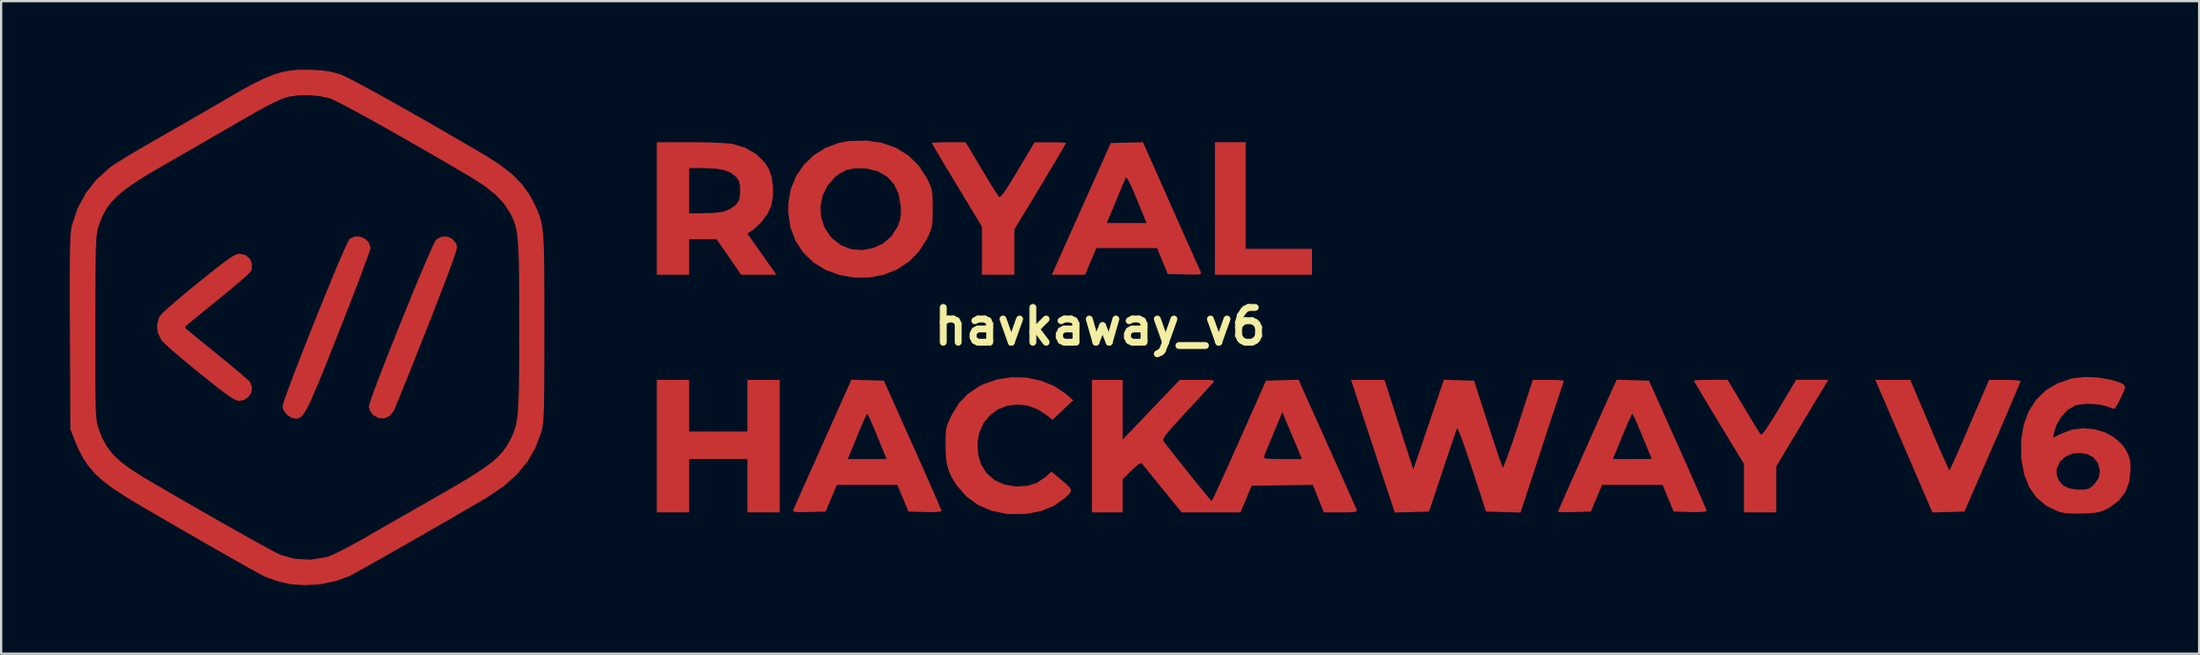
<source format=kicad_pcb>
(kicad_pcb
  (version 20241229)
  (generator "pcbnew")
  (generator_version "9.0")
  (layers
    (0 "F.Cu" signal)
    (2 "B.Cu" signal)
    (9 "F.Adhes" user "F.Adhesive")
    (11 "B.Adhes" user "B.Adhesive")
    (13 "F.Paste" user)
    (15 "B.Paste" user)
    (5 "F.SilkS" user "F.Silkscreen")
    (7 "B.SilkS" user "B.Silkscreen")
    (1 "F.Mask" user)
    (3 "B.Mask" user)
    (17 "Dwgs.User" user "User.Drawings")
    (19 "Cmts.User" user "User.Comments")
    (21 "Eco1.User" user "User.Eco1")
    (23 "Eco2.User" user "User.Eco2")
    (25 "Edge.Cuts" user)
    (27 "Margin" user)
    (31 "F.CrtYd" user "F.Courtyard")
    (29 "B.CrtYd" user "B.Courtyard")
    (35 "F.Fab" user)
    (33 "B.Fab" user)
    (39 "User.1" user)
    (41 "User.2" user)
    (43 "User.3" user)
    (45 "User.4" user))
  (footprint "havkaway_v6"
    (layer "F.Cu")
    (at 45.061 11.24)
    (property "Reference" "havkaway_v6" (at 0 0 0) (layer "F.SilkS") (effects (font (size 1.524 1.524) (thickness 0.3))))
    (attr board_only exclude_from_pos_files exclude_from_bom)
    (pad "1" smd custom (at -44.5 0) (size 1 1) (layers "F.Cu" "F.Paste") (options (anchor circle)) (primitives (gr_poly (pts (xy 10.003 -11.235) (xy 10.434 -11.21) (xy 10.775 -11.166) (xy 11.077 -11.095) (xy 11.299 -11.023) (xy 11.473 -10.946) (xy 11.758 -10.804) (xy 12.141 -10.603) (xy 12.61 -10.349) (xy 13.155 -10.049) (xy 13.762 -9.71) (xy 14.422 -9.337) (xy 15.121 -8.939) (xy 15.848 -8.52) (xy 16.591 -8.088) (xy 17.34 -7.649) (xy 17.645 -7.469) (xy 18.282 -7.06) (xy 18.798 -6.655) (xy 19.209 -6.237) (xy 19.534 -5.788) (xy 19.728 -5.429) (xy 19.823 -5.23) (xy 19.904 -5.051) (xy 19.972 -4.88) (xy 20.029 -4.705) (xy 20.075 -4.514) (xy 20.112 -4.293) (xy 20.141 -4.03) (xy 20.162 -3.714) (xy 20.177 -3.331) (xy 20.187 -2.869) (xy 20.193 -2.315) (xy 20.196 -1.658) (xy 20.197 -0.884) (xy 20.197 0.019) (xy 20.197 0.035) (xy 20.196 0.909) (xy 20.195 1.653) (xy 20.193 2.279) (xy 20.189 2.8) (xy 20.184 3.227) (xy 20.176 3.572) (xy 20.166 3.848) (xy 20.153 4.066) (xy 20.137 4.238) (xy 20.118 4.377) (xy 20.094 4.493) (xy 20.067 4.599) (xy 19.816 5.284) (xy 19.466 5.902) (xy 19.007 6.464) (xy 18.429 6.981) (xy 17.722 7.465) (xy 17.579 7.55) (xy 16.959 7.911) (xy 16.319 8.283) (xy 15.67 8.658) (xy 15.027 9.029) (xy 14.402 9.387) (xy 13.807 9.727) (xy 13.258 10.04) (xy 12.765 10.318) (xy 12.343 10.555) (xy 12.005 10.743) (xy 11.764 10.874) (xy 11.636 10.939) (xy 11.044 11.15) (xy 10.392 11.28) (xy 9.725 11.323) (xy 9.086 11.277) (xy 8.664 11.186) (xy 8.386 11.098) (xy 8.12 11.004) (xy 7.981 10.949) (xy 7.851 10.884) (xy 7.611 10.754) (xy 7.272 10.567) (xy 6.847 10.328) (xy 6.347 10.044) (xy 5.785 9.724) (xy 5.172 9.372) (xy 4.52 8.997) (xy 3.842 8.604) (xy 3.148 8.201) (xy 2.516 7.833) (xy 1.871 7.444) (xy 1.339 7.095) (xy 0.905 6.769) (xy 0.553 6.449) (xy 0.265 6.12) (xy 0.027 5.766) (xy -0.179 5.37) (xy -0.348 4.97) (xy -0.534 4.493) (xy -0.548 1.602) (xy 0.557 1.602) (xy 0.558 2.21) (xy 0.561 2.713) (xy 0.566 3.123) (xy 0.573 3.452) (xy 0.582 3.713) (xy 0.595 3.918) (xy 0.611 4.078) (xy 0.631 4.207) (xy 0.656 4.315) (xy 0.684 4.416) (xy 0.691 4.437) (xy 0.855 4.875) (xy 1.061 5.256) (xy 1.328 5.599) (xy 1.674 5.926) (xy 2.117 6.255) (xy 2.676 6.607) (xy 2.682 6.61) (xy 3.199 6.915) (xy 3.759 7.243) (xy 4.347 7.584) (xy 4.949 7.931) (xy 5.551 8.276) (xy 6.14 8.611) (xy 6.7 8.928) (xy 7.218 9.219) (xy 7.68 9.476) (xy 8.071 9.691) (xy 8.378 9.856) (xy 8.587 9.963) (xy 8.664 9.998) (xy 9.299 10.17) (xy 9.96 10.204) (xy 10.641 10.099) (xy 10.716 10.079) (xy 10.887 10.013) (xy 11.155 9.888) (xy 11.493 9.717) (xy 11.876 9.512) (xy 12.278 9.287) (xy 12.308 9.27) (xy 12.695 9.047) (xy 13.177 8.771) (xy 13.723 8.458) (xy 14.306 8.125) (xy 14.895 7.788) (xy 15.462 7.463) (xy 15.557 7.409) (xy 16.23 7.021) (xy 16.791 6.688) (xy 17.252 6.4) (xy 17.626 6.146) (xy 17.927 5.918) (xy 18.167 5.705) (xy 18.359 5.496) (xy 18.517 5.283) (xy 18.653 5.055) (xy 18.668 5.027) (xy 18.758 4.853) (xy 18.834 4.686) (xy 18.898 4.514) (xy 18.951 4.324) (xy 18.993 4.103) (xy 19.027 3.838) (xy 19.052 3.517) (xy 19.071 3.127) (xy 19.083 2.655) (xy 19.091 2.088) (xy 19.096 1.415) (xy 19.097 0.621) (xy 19.098 0) (xy 19.097 -0.885) (xy 19.094 -1.642) (xy 19.089 -2.282) (xy 19.08 -2.819) (xy 19.065 -3.264) (xy 19.045 -3.631) (xy 19.018 -3.932) (xy 18.982 -4.179) (xy 18.938 -4.386) (xy 18.884 -4.565) (xy 18.819 -4.728) (xy 18.741 -4.887) (xy 18.696 -4.972) (xy 18.421 -5.387) (xy 18.046 -5.781) (xy 17.557 -6.168) (xy 16.994 -6.529) (xy 16.162 -7.017) (xy 15.354 -7.488) (xy 14.58 -7.935) (xy 13.849 -8.352) (xy 13.172 -8.735) (xy 12.559 -9.078) (xy 12.018 -9.374) (xy 11.562 -9.62) (xy 11.198 -9.808) (xy 10.937 -9.934) (xy 10.805 -9.988) (xy 10.386 -10.08) (xy 9.908 -10.123) (xy 9.432 -10.116) (xy 9.019 -10.056) (xy 8.977 -10.045) (xy 8.808 -9.993) (xy 8.619 -9.92) (xy 8.394 -9.818) (xy 8.12 -9.679) (xy 7.779 -9.495) (xy 7.359 -9.259) (xy 6.843 -8.963) (xy 6.411 -8.712) (xy 5.892 -8.41) (xy 5.297 -8.066) (xy 4.673 -7.706) (xy 4.068 -7.358) (xy 3.53 -7.05) (xy 3.505 -7.036) (xy 2.848 -6.652) (xy 2.308 -6.312) (xy 1.869 -6.003) (xy 1.519 -5.712) (xy 1.243 -5.426) (xy 1.028 -5.132) (xy 0.86 -4.817) (xy 0.725 -4.468) (xy 0.698 -4.382) (xy 0.669 -4.282) (xy 0.644 -4.173) (xy 0.624 -4.043) (xy 0.607 -3.88) (xy 0.594 -3.672) (xy 0.583 -3.406) (xy 0.575 -3.071) (xy 0.569 -2.655) (xy 0.565 -2.145) (xy 0.562 -1.529) (xy 0.56 -0.795) (xy 0.558 0.022) (xy 0.557 0.877) (xy 0.557 1.602) (xy -0.548 1.602) (xy -0.554 0.272) (xy -0.559 -0.628) (xy -0.561 -1.397) (xy -0.561 -2.049) (xy -0.56 -2.594) (xy -0.556 -3.044) (xy -0.549 -3.41) (xy -0.54 -3.705) (xy -0.528 -3.939) (xy -0.512 -4.125) (xy -0.494 -4.274) (xy -0.471 -4.398) (xy -0.463 -4.433) (xy -0.224 -5.158) (xy 0.14 -5.833) (xy 0.616 -6.439) (xy 1.192 -6.957) (xy 1.295 -7.032) (xy 1.472 -7.149) (xy 1.751 -7.322) (xy 2.112 -7.54) (xy 2.534 -7.79) (xy 2.995 -8.059) (xy 3.475 -8.335) (xy 3.499 -8.349) (xy 4.021 -8.647) (xy 4.563 -8.958) (xy 5.096 -9.265) (xy 5.589 -9.551) (xy 6.013 -9.798) (xy 6.288 -9.959) (xy 6.918 -10.324) (xy 7.453 -10.616) (xy 7.913 -10.843) (xy 8.318 -11.011) (xy 8.69 -11.127) (xy 9.05 -11.2) (xy 9.419 -11.235) (xy 9.816 -11.24)) (width 0) (fill yes))))
    (pad "2" smd custom (at -40.5 0) (size 1 1) (layers "F.Cu" "F.Paste") (options (anchor circle)) (primitives (gr_poly (pts (xy 3.131 -3.124) (xy 3.315 -2.966) (xy 3.41 -2.746) (xy 3.394 -2.499) (xy 3.354 -2.403) (xy 3.281 -2.324) (xy 3.113 -2.169) (xy 2.865 -1.954) (xy 2.554 -1.69) (xy 2.195 -1.393) (xy 1.868 -1.128) (xy 1.486 -0.819) (xy 1.144 -0.54) (xy 0.855 -0.303) (xy 0.634 -0.12) (xy 0.496 -0.003) (xy 0.454 0.035) (xy 0.507 0.083) (xy 0.655 0.208) (xy 0.885 0.397) (xy 1.18 0.639) (xy 1.526 0.92) (xy 1.838 1.171) (xy 2.223 1.484) (xy 2.575 1.775) (xy 2.878 2.03) (xy 3.115 2.235) (xy 3.271 2.376) (xy 3.324 2.432) (xy 3.411 2.662) (xy 3.381 2.893) (xy 3.253 3.09) (xy 3.046 3.219) (xy 2.845 3.253) (xy 2.758 3.239) (xy 2.647 3.194) (xy 2.499 3.108) (xy 2.3 2.971) (xy 2.037 2.775) (xy 1.697 2.509) (xy 1.265 2.164) (xy 1.126 2.053) (xy 0.721 1.722) (xy 0.342 1.406) (xy 0.008 1.12) (xy -0.265 0.878) (xy -0.459 0.696) (xy -0.554 0.594) (xy -0.711 0.276) (xy -0.745 -0.066) (xy -0.654 -0.396) (xy -0.618 -0.46) (xy -0.53 -0.559) (xy -0.347 -0.732) (xy -0.084 -0.966) (xy 0.243 -1.247) (xy 0.619 -1.561) (xy 1.028 -1.895) (xy 1.069 -1.928) (xy 1.533 -2.301) (xy 1.902 -2.593) (xy 2.19 -2.814) (xy 2.409 -2.973) (xy 2.575 -3.08) (xy 2.7 -3.145) (xy 2.798 -3.176) (xy 2.88 -3.184)) (width 0) (fill yes))))
    (pad "3" smd custom (at -33.75 0) (size 1 1) (layers "F.Cu" "F.Paste") (options (anchor circle)) (primitives (gr_poly (pts (xy 1.385 -3.936) (xy 1.606 -3.842) (xy 1.771 -3.675) (xy 1.84 -3.453) (xy 1.841 -3.435) (xy 1.815 -3.337) (xy 1.742 -3.119) (xy 1.626 -2.797) (xy 1.472 -2.381) (xy 1.285 -1.886) (xy 1.069 -1.325) (xy 0.83 -0.709) (xy 0.573 -0.052) (xy 0.462 0.229) (xy 0.143 1.034) (xy -0.129 1.716) (xy -0.36 2.286) (xy -0.555 2.755) (xy -0.718 3.132) (xy -0.855 3.426) (xy -0.971 3.649) (xy -1.07 3.81) (xy -1.158 3.918) (xy -1.24 3.985) (xy -1.321 4.019) (xy -1.405 4.032) (xy -1.449 4.033) (xy -1.617 3.988) (xy -1.798 3.878) (xy -1.811 3.867) (xy -1.972 3.655) (xy -2.003 3.496) (xy -1.977 3.382) (xy -1.903 3.155) (xy -1.787 2.828) (xy -1.634 2.416) (xy -1.452 1.935) (xy -1.245 1.4) (xy -1.02 0.825) (xy -0.783 0.225) (xy -0.54 -0.384) (xy -0.296 -0.988) (xy -0.059 -1.572) (xy 0.167 -2.121) (xy 0.375 -2.619) (xy 0.56 -3.052) (xy 0.715 -3.405) (xy 0.834 -3.663) (xy 0.911 -3.811) (xy 0.932 -3.838) (xy 1.147 -3.941)) (width 0) (fill yes))))
    (pad "4" smd custom (at -30 0) (size 1 1) (layers "F.Cu" "F.Paste") (options (anchor circle)) (primitives (gr_poly (pts (xy 1.665 -3.84) (xy 1.83 -3.645) (xy 1.88 -3.513) (xy 1.867 -3.416) (xy 1.808 -3.209) (xy 1.701 -2.89) (xy 1.543 -2.455) (xy 1.335 -1.902) (xy 1.075 -1.226) (xy 0.762 -0.426) (xy 0.566 0.072) (xy 0.302 0.738) (xy 0.052 1.368) (xy -0.181 1.949) (xy -0.389 2.47) (xy -0.569 2.915) (xy -0.714 3.273) (xy -0.82 3.53) (xy -0.88 3.672) (xy -0.89 3.692) (xy -1.069 3.913) (xy -1.301 4.022) (xy -1.551 4.013) (xy -1.786 3.879) (xy -1.806 3.859) (xy -1.927 3.691) (xy -1.98 3.522) (xy -1.98 3.515) (xy -1.954 3.4) (xy -1.879 3.171) (xy -1.761 2.843) (xy -1.608 2.429) (xy -1.424 1.947) (xy -1.215 1.41) (xy -0.988 0.834) (xy -0.749 0.234) (xy -0.504 -0.376) (xy -0.259 -0.98) (xy -0.02 -1.563) (xy 0.207 -2.11) (xy 0.416 -2.606) (xy 0.601 -3.036) (xy 0.756 -3.386) (xy 0.874 -3.639) (xy 0.95 -3.781) (xy 0.967 -3.803) (xy 1.197 -3.931) (xy 1.442 -3.939)) (width 0) (fill yes))))
    (pad "5" smd custom (at -18.75 -4.25) (size 1 1) (layers "F.Cu" "F.Mask" "F.Paste") (options (anchor circle)) (primitives (gr_poly (pts (xy 1.328 -3.812) (xy 1.781 -3.801) (xy 2.177 -3.784) (xy 2.49 -3.763) (xy 2.691 -3.739) (xy 2.703 -3.736) (xy 3.256 -3.56) (xy 3.721 -3.287) (xy 4.085 -2.927) (xy 4.263 -2.648) (xy 4.383 -2.306) (xy 4.443 -1.889) (xy 4.441 -1.453) (xy 4.373 -1.053) (xy 4.353 -0.988) (xy 4.192 -0.66) (xy 3.941 -0.326) (xy 3.641 -0.035) (xy 3.484 0.079) (xy 3.324 0.182) (xy 3.96 1.084) (xy 4.595 1.986) (xy 3.054 1.986) (xy 1.977 0.429) (xy 0.779 0.429) (xy 0.779 1.986) (xy -0.636 1.986) (xy -0.636 -0.703) (xy 0.779 -0.703) (xy 1.384 -0.703) (xy 1.709 -0.712) (xy 2.022 -0.737) (xy 2.263 -0.772) (xy 2.297 -0.78) (xy 2.559 -0.887) (xy 2.786 -1.047) (xy 2.806 -1.068) (xy 2.924 -1.211) (xy 2.985 -1.36) (xy 3.006 -1.569) (xy 3.008 -1.693) (xy 2.998 -1.947) (xy 2.956 -2.115) (xy 2.866 -2.254) (xy 2.806 -2.319) (xy 2.593 -2.484) (xy 2.309 -2.596) (xy 1.932 -2.661) (xy 1.443 -2.684) (xy 1.384 -2.684) (xy 0.779 -2.684) (xy 0.779 -0.703) (xy -0.636 -0.703) (xy -0.636 -3.816) (xy 0.846 -3.816)) (width 0) (fill yes))))
    (pad "6" smd custom (at -12.75 -4.25) (size 1 1) (layers "F.Cu" "F.Paste") (options (anchor circle)) (primitives (gr_poly (pts (xy 3.212 -3.787) (xy 3.823 -3.571) (xy 4.356 -3.243) (xy 4.806 -2.805) (xy 5.165 -2.261) (xy 5.201 -2.19) (xy 5.299 -1.983) (xy 5.364 -1.811) (xy 5.402 -1.634) (xy 5.421 -1.414) (xy 5.427 -1.111) (xy 5.427 -0.913) (xy 5.425 -0.557) (xy 5.415 -0.303) (xy 5.387 -0.109) (xy 5.335 0.066) (xy 5.251 0.261) (xy 5.16 0.446) (xy 4.824 0.975) (xy 4.39 1.412) (xy 3.875 1.75) (xy 3.296 1.984) (xy 2.667 2.106) (xy 2.006 2.111) (xy 1.359 1.999) (xy 0.734 1.769) (xy 0.199 1.434) (xy -0.24 1.006) (xy -0.572 0.496) (xy -0.792 -0.085) (xy -0.889 -0.725) (xy -0.886 -1.045) (xy 0.526 -1.045) (xy 0.544 -0.58) (xy 0.676 -0.133) (xy 0.925 0.271) (xy 1.038 0.396) (xy 1.432 0.699) (xy 1.871 0.868) (xy 2.352 0.904) (xy 2.836 0.815) (xy 3.263 0.616) (xy 3.619 0.305) (xy 3.882 -0.098) (xy 3.906 -0.152) (xy 3.994 -0.391) (xy 4.035 -0.616) (xy 4.039 -0.89) (xy 4.031 -1.035) (xy 3.939 -1.548) (xy 3.738 -1.974) (xy 3.437 -2.307) (xy 3.042 -2.538) (xy 2.563 -2.659) (xy 2.417 -2.672) (xy 1.997 -2.669) (xy 1.66 -2.598) (xy 1.359 -2.443) (xy 1.155 -2.285) (xy 0.833 -1.923) (xy 0.623 -1.501) (xy 0.526 -1.045) (xy -0.886 -1.045) (xy -0.885 -1.145) (xy -0.776 -1.764) (xy -0.544 -2.33) (xy -0.203 -2.83) (xy 0.232 -3.25) (xy 0.749 -3.574) (xy 1.333 -3.79) (xy 1.783 -3.87) (xy 2.53 -3.888)) (width 0) (fill yes))))
    (pad "7" smd custom (at -4.5 -4.25) (size 1 1) (layers "F.Cu" "F.Paste") (options (anchor circle)) (primitives (gr_poly (pts (xy -0.695 -2.666) (xy -0.474 -2.299) (xy -0.274 -1.971) (xy -0.108 -1.702) (xy 0.013 -1.514) (xy 0.074 -1.426) (xy 0.074 -1.426) (xy 0.118 -1.42) (xy 0.19 -1.479) (xy 0.297 -1.617) (xy 0.449 -1.844) (xy 0.654 -2.172) (xy 0.896 -2.573) (xy 1.635 -3.811) (xy 2.324 -3.813) (xy 2.617 -3.811) (xy 2.848 -3.804) (xy 2.988 -3.792) (xy 3.014 -3.783) (xy 2.979 -3.717) (xy 2.879 -3.544) (xy 2.724 -3.281) (xy 2.522 -2.94) (xy 2.282 -2.538) (xy 2.013 -2.09) (xy 1.882 -1.872) (xy 0.75 0.006) (xy 0.75 1.986) (xy -0.665 1.986) (xy -0.665 -0.117) (xy -1.762 -1.933) (xy -2.037 -2.39) (xy -2.287 -2.806) (xy -2.502 -3.168) (xy -2.675 -3.46) (xy -2.795 -3.666) (xy -2.854 -3.772) (xy -2.858 -3.782) (xy -2.792 -3.796) (xy -2.614 -3.807) (xy -2.353 -3.814) (xy -2.12 -3.816) (xy -1.381 -3.816)) (width 0) (fill yes))))
    (pad "8" smd custom (at -0.5 -4.25) (size 1 1) (layers "F.Cu" "F.Paste") (options (anchor circle)) (primitives (gr_poly (pts (xy 3.608 -1.039) (xy 3.87 -0.448) (xy 4.116 0.106) (xy 4.34 0.609) (xy 4.535 1.046) (xy 4.695 1.405) (xy 4.814 1.67) (xy 4.886 1.828) (xy 4.903 1.865) (xy 4.921 1.92) (xy 4.894 1.955) (xy 4.799 1.974) (xy 4.614 1.979) (xy 4.316 1.973) (xy 4.213 1.971) (xy 3.46 1.951) (xy 2.991 0.819) (xy 0.335 0.819) (xy 0.089 1.402) (xy -0.157 1.986) (xy -1.61 1.986) (xy -0.598 -0.278) (xy 0.794 -0.278) (xy 2.534 -0.278) (xy 2.101 -1.332) (xy 1.917 -1.767) (xy 1.776 -2.07) (xy 1.679 -2.24) (xy 1.626 -2.278) (xy 1.621 -2.27) (xy 1.578 -2.165) (xy 1.492 -1.956) (xy 1.373 -1.671) (xy 1.234 -1.336) (xy 1.184 -1.216) (xy 0.794 -0.278) (xy -0.598 -0.278) (xy -0.321 -0.897) (xy 0.968 -3.78) (xy 2.375 -3.817)) (width 0) (fill yes))))
    (pad "9" smd custom (at 5.75 -4.25) (size 1 1) (layers "F.Cu" "F.Paste") (options (anchor circle)) (primitives (gr_poly (pts (xy 0.618 0.854) (xy 3.519 0.854) (xy 3.519 1.986) (xy -0.727 1.986) (xy -0.727 -3.816) (xy 0.618 -3.816)) (width 0) (fill yes))))
    (pad "10" smd custom (at -18.75 5.25) (size 1 1) (layers "F.Cu" "F.Paste") (options (anchor circle)) (primitives (gr_poly (pts (xy 0.779 -0.651) (xy 3.326 -0.651) (xy 3.326 -2.915) (xy 4.741 -2.915) (xy 4.741 2.886) (xy 3.326 2.886) (xy 3.326 0.552) (xy 0.779 0.552) (xy 0.779 2.886) (xy -0.636 2.886) (xy -0.636 -2.915) (xy 0.779 -2.915)) (width 0) (fill yes))))
    (pad "11" smd custom (at -11.5 5.25) (size 1 1) (layers "F.Cu" "F.Paste") (options (anchor circle)) (primitives (gr_poly (pts (xy 1.334 -2.9) (xy 2.044 -2.88) (xy 3.305 -0.061) (xy 3.57 0.531) (xy 3.815 1.084) (xy 4.036 1.584) (xy 4.226 2.018) (xy 4.38 2.372) (xy 4.491 2.633) (xy 4.554 2.787) (xy 4.566 2.824) (xy 4.5 2.852) (xy 4.315 2.87) (xy 4.035 2.875) (xy 3.843 2.871) (xy 3.119 2.851) (xy 2.877 2.267) (xy 2.636 1.684) (xy -0.012 1.684) (xy -0.258 2.267) (xy -0.504 2.851) (xy -1.232 2.871) (xy -1.568 2.877) (xy -1.783 2.871) (xy -1.896 2.85) (xy -1.928 2.813) (xy -1.925 2.799) (xy -1.889 2.717) (xy -1.802 2.519) (xy -1.669 2.22) (xy -1.497 1.832) (xy -1.291 1.37) (xy -1.058 0.847) (xy -0.926 0.552) (xy 0.461 0.552) (xy 2.163 0.552) (xy 2.069 0.322) (xy 2.004 0.163) (xy 1.901 -0.089) (xy 1.775 -0.398) (xy 1.664 -0.669) (xy 1.539 -0.967) (xy 1.431 -1.211) (xy 1.352 -1.373) (xy 1.315 -1.429) (xy 1.274 -1.367) (xy 1.194 -1.2) (xy 1.086 -0.955) (xy 0.981 -0.703) (xy 0.847 -0.377) (xy 0.722 -0.071) (xy 0.62 0.173) (xy 0.573 0.286) (xy 0.461 0.552) (xy -0.926 0.552) (xy -0.804 0.277) (xy -0.633 -0.107) (xy 0.624 -2.92)) (width 0) (fill yes))))
    (pad "12" smd custom (at -6 5.25) (size 1 1) (layers "F.Cu" "F.Paste") (options (anchor circle)) (primitives (gr_poly (pts (xy 2.779 -3.012) (xy 3.406 -2.882) (xy 3.988 -2.645) (xy 4.5 -2.303) (xy 4.546 -2.264) (xy 4.825 -2.018) (xy 4.37 -1.59) (xy 3.914 -1.162) (xy 3.71 -1.335) (xy 3.277 -1.622) (xy 2.824 -1.787) (xy 2.369 -1.837) (xy 1.931 -1.778) (xy 1.528 -1.618) (xy 1.179 -1.363) (xy 0.901 -1.02) (xy 0.714 -0.597) (xy 0.641 -0.198) (xy 0.66 0.328) (xy 0.797 0.79) (xy 1.042 1.175) (xy 1.384 1.472) (xy 1.811 1.668) (xy 2.313 1.751) (xy 2.401 1.753) (xy 2.855 1.716) (xy 3.231 1.594) (xy 3.573 1.369) (xy 3.627 1.323) (xy 3.877 1.104) (xy 4.213 1.386) (xy 4.481 1.612) (xy 4.65 1.772) (xy 4.725 1.89) (xy 4.713 1.994) (xy 4.622 2.108) (xy 4.458 2.259) (xy 4.443 2.272) (xy 3.974 2.601) (xy 3.417 2.828) (xy 2.786 2.95) (xy 2.096 2.963) (xy 1.896 2.947) (xy 1.25 2.816) (xy 0.668 2.564) (xy 0.161 2.197) (xy -0.258 1.722) (xy -0.301 1.659) (xy -0.495 1.342) (xy -0.627 1.046) (xy -0.707 0.729) (xy -0.747 0.351) (xy -0.757 -0.089) (xy -0.754 -0.429) (xy -0.741 -0.673) (xy -0.706 -0.866) (xy -0.642 -1.052) (xy -0.538 -1.277) (xy -0.49 -1.375) (xy -0.178 -1.886) (xy 0.209 -2.294) (xy 0.697 -2.622) (xy 0.893 -2.722) (xy 1.496 -2.935) (xy 2.134 -3.03)) (width 0) (fill yes))))
    (pad "13" smd custom (at 0.25 5.25) (size 1 1) (layers "F.Cu" "F.Paste") (options (anchor circle)) (primitives (gr_poly (pts (xy 9.679 -0.133) (xy 9.943 0.459) (xy 10.19 1.012) (xy 10.414 1.515) (xy 10.609 1.952) (xy 10.768 2.31) (xy 10.885 2.575) (xy 10.954 2.733) (xy 10.97 2.771) (xy 10.976 2.823) (xy 10.93 2.856) (xy 10.809 2.876) (xy 10.592 2.885) (xy 10.275 2.886) (xy 9.536 2.886) (xy 9.295 2.284) (xy 9.054 1.682) (xy 7.716 1.701) (xy 6.379 1.719) (xy 5.892 2.886) (xy 3.318 2.886) (xy 2.472 1.85) (xy 2.203 1.52) (xy 1.964 1.225) (xy 1.77 0.984) (xy 1.635 0.815) (xy 1.575 0.736) (xy 1.574 0.736) (xy 1.5 0.74) (xy 1.349 0.846) (xy 1.132 1.045) (xy 0.741 1.431) (xy 0.741 2.886) (xy -0.604 2.886) (xy -0.604 -2.915) (xy 0.741 -2.915) (xy 0.741 -0.303) (xy 1.988 -1.609) (xy 3.236 -2.915) (xy 4.013 -2.915) (xy 4.351 -2.914) (xy 4.569 -2.907) (xy 4.687 -2.891) (xy 4.727 -2.861) (xy 4.71 -2.816) (xy 4.694 -2.794) (xy 4.619 -2.708) (xy 4.462 -2.536) (xy 4.24 -2.293) (xy 3.968 -1.997) (xy 3.661 -1.665) (xy 3.52 -1.512) (xy 3.167 -1.13) (xy 2.903 -0.837) (xy 2.715 -0.619) (xy 2.594 -0.463) (xy 2.53 -0.355) (xy 2.511 -0.282) (xy 2.528 -0.231) (xy 2.529 -0.229) (xy 2.636 -0.086) (xy 2.804 0.132) (xy 3.019 0.407) (xy 3.265 0.718) (xy 3.529 1.049) (xy 3.794 1.379) (xy 4.046 1.692) (xy 4.27 1.968) (xy 4.452 2.189) (xy 4.576 2.336) (xy 4.628 2.391) (xy 4.629 2.391) (xy 4.665 2.328) (xy 4.752 2.15) (xy 4.883 1.869) (xy 5.053 1.499) (xy 5.255 1.055) (xy 5.483 0.549) (xy 5.513 0.48) (xy 6.92 0.48) (xy 6.958 0.515) (xy 7.061 0.537) (xy 7.25 0.548) (xy 7.549 0.551) (xy 7.732 0.552) (xy 8.578 0.552) (xy 8.15 -0.475) (xy 7.722 -1.502) (xy 7.344 -0.599) (xy 7.203 -0.259) (xy 7.079 0.041) (xy 6.985 0.274) (xy 6.932 0.411) (xy 6.926 0.428) (xy 6.92 0.48) (xy 5.513 0.48) (xy 5.73 -0.006) (xy 5.837 -0.245) (xy 7.006 -2.88) (xy 7.719 -2.9) (xy 8.431 -2.92)) (width 0) (fill yes))))
    (pad "14" smd custom (at 12.5 5.06) (size 1 1) (layers "F.Cu" "F.Paste") (options (anchor circle)) (primitives (gr_poly (pts (xy 3.856 -2.689) (xy 4.459 -0.814) (xy 4.618 -0.324) (xy 4.765 0.123) (xy 4.893 0.507) (xy 4.998 0.812) (xy 5.072 1.02) (xy 5.11 1.112) (xy 5.112 1.115) (xy 5.145 1.064) (xy 5.216 0.895) (xy 5.317 0.623) (xy 5.444 0.265) (xy 5.591 -0.163) (xy 5.751 -0.645) (xy 5.794 -0.777) (xy 6.426 -2.723) (xy 7.12 -2.724) (xy 7.41 -2.719) (xy 7.634 -2.706) (xy 7.764 -2.687) (xy 7.784 -2.672) (xy 7.756 -2.595) (xy 7.689 -2.398) (xy 7.588 -2.095) (xy 7.457 -1.7) (xy 7.301 -1.227) (xy 7.124 -0.691) (xy 6.932 -0.105) (xy 6.822 0.232) (xy 5.89 3.082) (xy 4.38 3.042) (xy 3.768 1.167) (xy 3.601 0.664) (xy 3.45 0.225) (xy 3.32 -0.135) (xy 3.217 -0.402) (xy 3.146 -0.563) (xy 3.111 -0.603) (xy 3.11 -0.602) (xy 3.077 -0.509) (xy 3.004 -0.3) (xy 2.901 0.006) (xy 2.772 0.388) (xy 2.624 0.83) (xy 2.476 1.273) (xy 1.886 3.042) (xy 1.136 3.062) (xy 0.387 3.082) (xy -0.436 0.585) (xy -0.628 0) (xy -0.812 -0.559) (xy -0.982 -1.073) (xy -1.13 -1.525) (xy -1.252 -1.896) (xy -1.342 -2.168) (xy -1.391 -2.318) (xy -1.524 -2.725) (xy -0.06 -2.725) (xy 0.41 -1.257) (xy 0.56 -0.789) (xy 0.706 -0.334) (xy 0.839 0.08) (xy 0.949 0.423) (xy 1.028 0.666) (xy 1.04 0.703) (xy 1.2 1.195) (xy 2.535 -2.728)) (width 0) (fill yes))))
    (pad "15" smd custom (at 22 5.311) (size 1 1) (layers "F.Cu" "F.Paste") (options (anchor circle)) (primitives (gr_poly (pts (xy 2.007 -2.941) (xy 3.269 -0.119) (xy 3.534 0.474) (xy 3.779 1.026) (xy 4 1.527) (xy 4.191 1.961) (xy 4.345 2.315) (xy 4.456 2.576) (xy 4.519 2.73) (xy 4.532 2.767) (xy 4.466 2.791) (xy 4.289 2.807) (xy 4.029 2.813) (xy 3.808 2.81) (xy 3.085 2.79) (xy 2.843 2.206) (xy 2.602 1.622) (xy -0.046 1.622) (xy -0.292 2.206) (xy -0.538 2.79) (xy -1.258 2.81) (xy -1.557 2.816) (xy -1.796 2.815) (xy -1.944 2.809) (xy -1.977 2.801) (xy -1.95 2.734) (xy -1.871 2.554) (xy -1.75 2.277) (xy -1.592 1.918) (xy -1.405 1.496) (xy -1.197 1.024) (xy -0.973 0.52) (xy -0.96 0.49) (xy 0.427 0.49) (xy 2.128 0.49) (xy 2.034 0.26) (xy 1.968 0.102) (xy 1.865 -0.15) (xy 1.737 -0.459) (xy 1.626 -0.729) (xy 1.5 -1.028) (xy 1.392 -1.271) (xy 1.314 -1.434) (xy 1.277 -1.489) (xy 1.238 -1.428) (xy 1.158 -1.261) (xy 1.049 -1.015) (xy 0.929 -0.729) (xy 0.794 -0.402) (xy 0.67 -0.101) (xy 0.572 0.138) (xy 0.521 0.26) (xy 0.427 0.49) (xy -0.96 0.49) (xy -0.742 0) (xy -0.511 -0.521) (xy -0.286 -1.025) (xy -0.076 -1.498) (xy 0.114 -1.923) (xy 0.276 -2.283) (xy 0.402 -2.564) (xy 0.485 -2.747) (xy 0.502 -2.784) (xy 0.595 -2.981)) (width 0) (fill yes))))
    (pad "16" smd custom (at 28.25 5.192) (size 1 1) (layers "F.Cu" "F.Paste") (options (anchor circle)) (primitives (gr_poly (pts (xy -0.119 -1.708) (xy 0.101 -1.341) (xy 0.299 -1.013) (xy 0.463 -0.745) (xy 0.58 -0.556) (xy 0.638 -0.468) (xy 0.638 -0.468) (xy 0.685 -0.471) (xy 0.772 -0.559) (xy 0.905 -0.742) (xy 1.09 -1.028) (xy 1.335 -1.426) (xy 1.45 -1.617) (xy 2.192 -2.858) (xy 3.6 -2.858) (xy 3.459 -2.628) (xy 3.386 -2.507) (xy 3.251 -2.283) (xy 3.065 -1.975) (xy 2.841 -1.601) (xy 2.588 -1.179) (xy 2.321 -0.735) (xy 1.324 0.928) (xy 1.324 1.936) (xy 1.324 2.944) (xy -0.091 2.944) (xy -0.091 0.823) (xy -1.187 -0.986) (xy -1.463 -1.442) (xy -1.713 -1.857) (xy -1.929 -2.218) (xy -2.101 -2.508) (xy -2.221 -2.712) (xy -2.28 -2.817) (xy -2.284 -2.826) (xy -2.218 -2.839) (xy -2.04 -2.85) (xy -1.779 -2.856) (xy -1.545 -2.858) (xy -0.807 -2.858)) (width 0) (fill yes))))
    (pad "17" smd custom (at 35.75 5.25) (size 1 1) (layers "F.Cu" "F.Paste") (options (anchor circle)) (primitives (gr_poly (pts (xy 0.521 -0.935) (xy 0.731 -0.442) (xy 0.924 0.007) (xy 1.093 0.395) (xy 1.231 0.706) (xy 1.332 0.925) (xy 1.387 1.036) (xy 1.395 1.046) (xy 1.43 0.984) (xy 1.514 0.807) (xy 1.639 0.532) (xy 1.799 0.173) (xy 1.985 -0.252) (xy 2.191 -0.728) (xy 2.279 -0.933) (xy 3.128 -2.913) (xy 3.818 -2.914) (xy 4.111 -2.909) (xy 4.342 -2.896) (xy 4.481 -2.876) (xy 4.508 -2.861) (xy 4.481 -2.787) (xy 4.403 -2.597) (xy 4.279 -2.303) (xy 4.117 -1.921) (xy 3.921 -1.463) (xy 3.697 -0.942) (xy 3.452 -0.373) (xy 3.281 0.022) (xy 2.053 2.851) (xy 0.652 2.89) (xy -0.598 -0.013) (xy -1.847 -2.915) (xy -0.317 -2.915)) (width 0) (fill yes))))
    (pad "18" smd custom (at 41 5.272) (size 1 1) (layers "F.Cu" "F.Paste") (options (anchor circle)) (primitives (gr_poly (pts (xy 2.654 -3.039) (xy 3.195 -2.943) (xy 3.326 -2.905) (xy 3.607 -2.815) (xy 3.768 -2.734) (xy 3.824 -2.63) (xy 3.788 -2.471) (xy 3.675 -2.222) (xy 3.646 -2.163) (xy 3.527 -1.928) (xy 3.427 -1.752) (xy 3.364 -1.667) (xy 3.357 -1.663) (xy 3.266 -1.688) (xy 3.1 -1.751) (xy 3.045 -1.773) (xy 2.788 -1.841) (xy 2.456 -1.878) (xy 2.105 -1.881) (xy 1.794 -1.85) (xy 1.628 -1.807) (xy 1.308 -1.614) (xy 1.03 -1.317) (xy 0.821 -0.949) (xy 0.721 -0.625) (xy 0.678 -0.399) (xy 1.025 -0.579) (xy 1.495 -0.754) (xy 1.991 -0.817) (xy 2.487 -0.775) (xy 2.957 -0.634) (xy 3.375 -0.402) (xy 3.713 -0.084) (xy 3.853 0.119) (xy 3.974 0.355) (xy 4.039 0.563) (xy 4.064 0.811) (xy 4.067 0.99) (xy 4.011 1.523) (xy 3.843 1.972) (xy 3.558 2.345) (xy 3.151 2.649) (xy 3.043 2.708) (xy 2.857 2.796) (xy 2.672 2.853) (xy 2.45 2.888) (xy 2.148 2.908) (xy 1.947 2.915) (xy 1.533 2.918) (xy 1.224 2.898) (xy 0.984 2.853) (xy 0.886 2.821) (xy 0.368 2.566) (xy -0.05 2.211) (xy -0.368 1.756) (xy -0.586 1.201) (xy -0.629 0.97) (xy 0.835 0.97) (xy 0.839 1.24) (xy 0.922 1.451) (xy 1.101 1.676) (xy 1.37 1.813) (xy 1.742 1.869) (xy 1.83 1.871) (xy 2.076 1.865) (xy 2.238 1.827) (xy 2.374 1.738) (xy 2.484 1.634) (xy 2.675 1.356) (xy 2.729 1.05) (xy 2.644 0.723) (xy 2.622 0.677) (xy 2.432 0.452) (xy 2.165 0.312) (xy 1.855 0.259) (xy 1.536 0.291) (xy 1.242 0.409) (xy 1.008 0.612) (xy 0.958 0.685) (xy 0.835 0.97) (xy -0.629 0.97) (xy -0.706 0.544) (xy -0.716 0.437) (xy -0.717 -0.301) (xy -0.607 -0.968) (xy -0.389 -1.556) (xy -0.069 -2.059) (xy 0.35 -2.469) (xy 0.863 -2.781) (xy 1.465 -2.986) (xy 1.582 -3.011) (xy 2.094 -3.063)) (width 0) (fill yes)))))
  (gr_rect
    (start -3 -3)
    (end 93.128 25.563)
    (stroke (width 0.1) (type default))
    (fill no)
    (layer "Edge.Cuts")))
</source>
